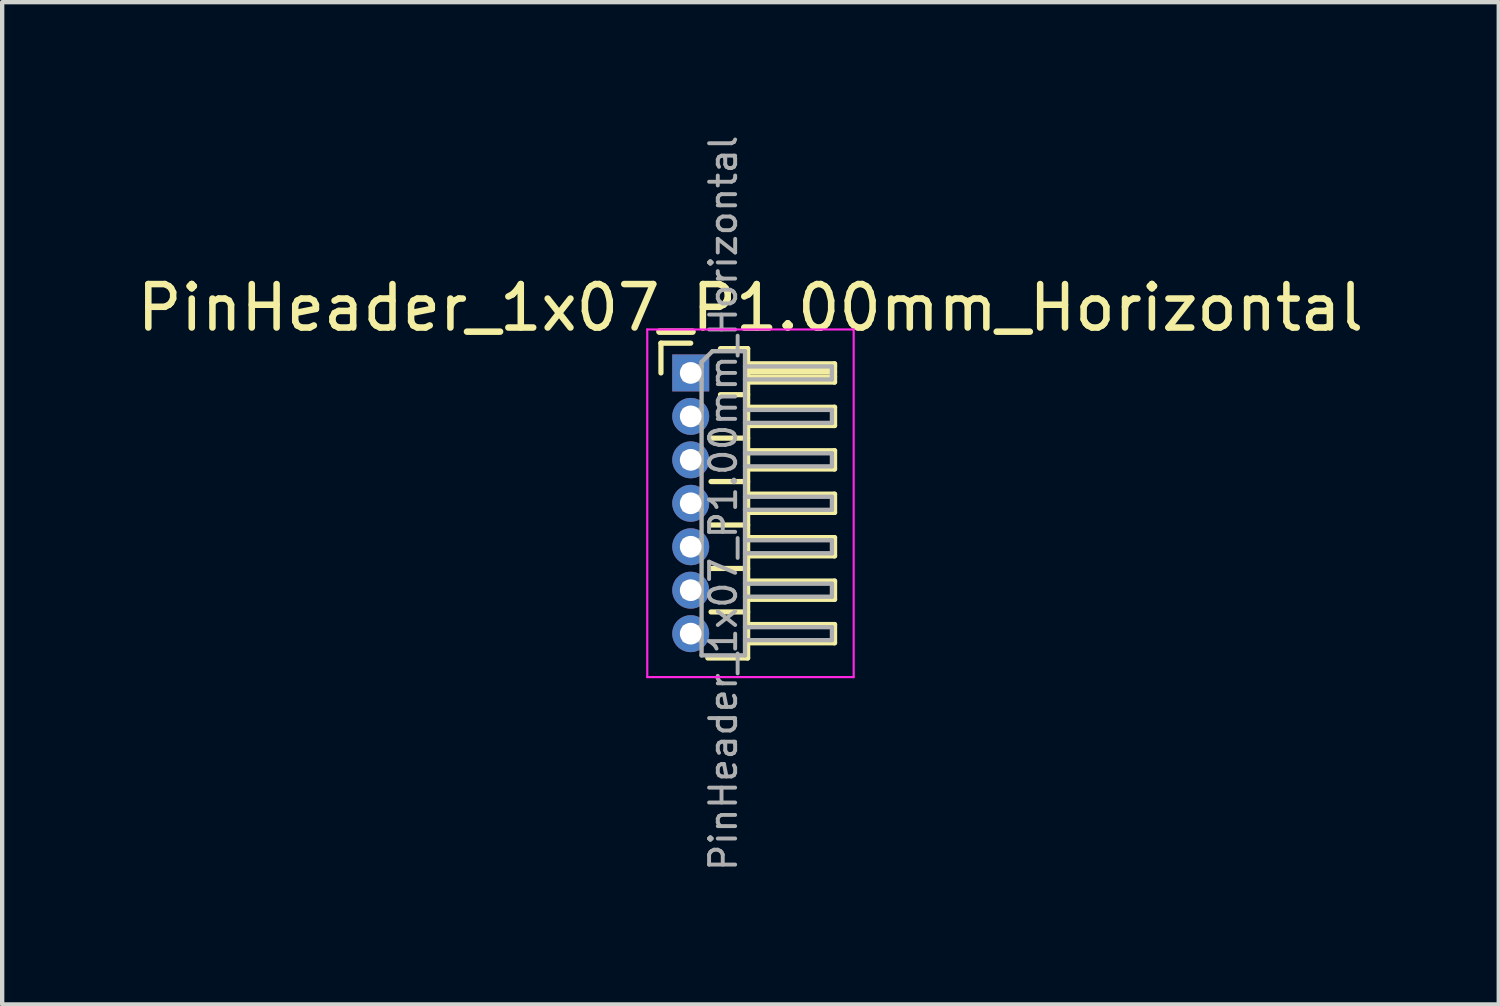
<source format=kicad_pcb>
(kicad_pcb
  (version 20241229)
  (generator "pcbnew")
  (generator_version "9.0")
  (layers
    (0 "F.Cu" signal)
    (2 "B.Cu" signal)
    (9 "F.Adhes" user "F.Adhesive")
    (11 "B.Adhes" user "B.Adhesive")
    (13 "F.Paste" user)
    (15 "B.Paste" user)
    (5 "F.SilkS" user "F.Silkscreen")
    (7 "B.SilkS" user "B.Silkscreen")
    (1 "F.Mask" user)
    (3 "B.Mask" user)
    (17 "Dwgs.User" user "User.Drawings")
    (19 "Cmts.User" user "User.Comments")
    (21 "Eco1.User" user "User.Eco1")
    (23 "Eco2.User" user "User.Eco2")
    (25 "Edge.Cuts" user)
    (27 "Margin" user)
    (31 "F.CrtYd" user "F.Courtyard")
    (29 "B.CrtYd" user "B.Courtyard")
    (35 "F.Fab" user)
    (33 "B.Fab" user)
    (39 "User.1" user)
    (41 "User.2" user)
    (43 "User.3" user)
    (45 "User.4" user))
  (footprint "PinHeader_1x07_P1.00mm_Horizontal"
    (layer "F.Cu")
    (at 12.845 5.532)
    (property "Reference" "PinHeader_1x07_P1.00mm_Horizontal" (at 1.375 -1.5 0) (layer "F.SilkS") (effects (font (size 1 1) (thickness 0.15))))
    (attr through_hole)
    (fp_line (start -0.685 -0.685) (end 0 -0.685) (stroke (width 0.12) (type solid)) (layer "F.SilkS"))
    (fp_line (start -0.685 0) (end -0.685 -0.685) (stroke (width 0.12) (type solid)) (layer "F.SilkS"))
    (fp_line (start 0.468 1.5) (end 1.31 1.5) (stroke (width 0.12) (type solid)) (layer "F.SilkS"))
    (fp_line (start 0.468 2.5) (end 1.31 2.5) (stroke (width 0.12) (type solid)) (layer "F.SilkS"))
    (fp_line (start 0.468 3.5) (end 1.31 3.5) (stroke (width 0.12) (type solid)) (layer "F.SilkS"))
    (fp_line (start 0.468 4.5) (end 1.31 4.5) (stroke (width 0.12) (type solid)) (layer "F.SilkS"))
    (fp_line (start 0.468 5.5) (end 1.31 5.5) (stroke (width 0.12) (type solid)) (layer "F.SilkS"))
    (fp_line (start 0.685 -0.56) (end 1.31 -0.56) (stroke (width 0.12) (type solid)) (layer "F.SilkS"))
    (fp_line (start 0.685 0.5) (end 1.31 0.5) (stroke (width 0.12) (type solid)) (layer "F.SilkS"))
    (fp_line (start 1.31 -0.56) (end 1.31 6.56) (stroke (width 0.12) (type solid)) (layer "F.SilkS"))
    (fp_line (start 1.31 -0.21) (end 3.31 -0.21) (stroke (width 0.12) (type solid)) (layer "F.SilkS"))
    (fp_line (start 1.31 -0.15) (end 3.31 -0.15) (stroke (width 0.12) (type solid)) (layer "F.SilkS"))
    (fp_line (start 1.31 -0.03) (end 3.31 -0.03) (stroke (width 0.12) (type solid)) (layer "F.SilkS"))
    (fp_line (start 1.31 0.09) (end 3.31 0.09) (stroke (width 0.12) (type solid)) (layer "F.SilkS"))
    (fp_line (start 1.31 0.79) (end 3.31 0.79) (stroke (width 0.12) (type solid)) (layer "F.SilkS"))
    (fp_line (start 1.31 1.79) (end 3.31 1.79) (stroke (width 0.12) (type solid)) (layer "F.SilkS"))
    (fp_line (start 1.31 2.79) (end 3.31 2.79) (stroke (width 0.12) (type solid)) (layer "F.SilkS"))
    (fp_line (start 1.31 3.79) (end 3.31 3.79) (stroke (width 0.12) (type solid)) (layer "F.SilkS"))
    (fp_line (start 1.31 4.79) (end 3.31 4.79) (stroke (width 0.12) (type solid)) (layer "F.SilkS"))
    (fp_line (start 1.31 5.79) (end 3.31 5.79) (stroke (width 0.12) (type solid)) (layer "F.SilkS"))
    (fp_line (start 1.31 6.56) (end 0.394 6.56) (stroke (width 0.12) (type solid)) (layer "F.SilkS"))
    (fp_line (start 3.31 -0.21) (end 3.31 0.21) (stroke (width 0.12) (type solid)) (layer "F.SilkS"))
    (fp_line (start 3.31 0.21) (end 1.31 0.21) (stroke (width 0.12) (type solid)) (layer "F.SilkS"))
    (fp_line (start 3.31 0.79) (end 3.31 1.21) (stroke (width 0.12) (type solid)) (layer "F.SilkS"))
    (fp_line (start 3.31 1.21) (end 1.31 1.21) (stroke (width 0.12) (type solid)) (layer "F.SilkS"))
    (fp_line (start 3.31 1.79) (end 3.31 2.21) (stroke (width 0.12) (type solid)) (layer "F.SilkS"))
    (fp_line (start 3.31 2.21) (end 1.31 2.21) (stroke (width 0.12) (type solid)) (layer "F.SilkS"))
    (fp_line (start 3.31 2.79) (end 3.31 3.21) (stroke (width 0.12) (type solid)) (layer "F.SilkS"))
    (fp_line (start 3.31 3.21) (end 1.31 3.21) (stroke (width 0.12) (type solid)) (layer "F.SilkS"))
    (fp_line (start 3.31 3.79) (end 3.31 4.21) (stroke (width 0.12) (type solid)) (layer "F.SilkS"))
    (fp_line (start 3.31 4.21) (end 1.31 4.21) (stroke (width 0.12) (type solid)) (layer "F.SilkS"))
    (fp_line (start 3.31 4.79) (end 3.31 5.21) (stroke (width 0.12) (type solid)) (layer "F.SilkS"))
    (fp_line (start 3.31 5.21) (end 1.31 5.21) (stroke (width 0.12) (type solid)) (layer "F.SilkS"))
    (fp_line (start 3.31 5.79) (end 3.31 6.21) (stroke (width 0.12) (type solid)) (layer "F.SilkS"))
    (fp_line (start 3.31 6.21) (end 1.31 6.21) (stroke (width 0.12) (type solid)) (layer "F.SilkS"))
    (fp_line (start -1 -1) (end -1 7) (stroke (width 0.05) (type solid)) (layer "F.CrtYd"))
    (fp_line (start -1 7) (end 3.75 7) (stroke (width 0.05) (type solid)) (layer "F.CrtYd"))
    (fp_line (start 3.75 -1) (end -1 -1) (stroke (width 0.05) (type solid)) (layer "F.CrtYd"))
    (fp_line (start 3.75 7) (end 3.75 -1) (stroke (width 0.05) (type solid)) (layer "F.CrtYd"))
    (fp_line (start -0.15 -0.15) (end -0.15 0.15) (stroke (width 0.1) (type solid)) (layer "F.Fab"))
    (fp_line (start -0.15 -0.15) (end 0.25 -0.15) (stroke (width 0.1) (type solid)) (layer "F.Fab"))
    (fp_line (start -0.15 0.15) (end 0.25 0.15) (stroke (width 0.1) (type solid)) (layer "F.Fab"))
    (fp_line (start -0.15 0.85) (end -0.15 1.15) (stroke (width 0.1) (type solid)) (layer "F.Fab"))
    (fp_line (start -0.15 0.85) (end 0.25 0.85) (stroke (width 0.1) (type solid)) (layer "F.Fab"))
    (fp_line (start -0.15 1.15) (end 0.25 1.15) (stroke (width 0.1) (type solid)) (layer "F.Fab"))
    (fp_line (start -0.15 1.85) (end -0.15 2.15) (stroke (width 0.1) (type solid)) (layer "F.Fab"))
    (fp_line (start -0.15 1.85) (end 0.25 1.85) (stroke (width 0.1) (type solid)) (layer "F.Fab"))
    (fp_line (start -0.15 2.15) (end 0.25 2.15) (stroke (width 0.1) (type solid)) (layer "F.Fab"))
    (fp_line (start -0.15 2.85) (end -0.15 3.15) (stroke (width 0.1) (type solid)) (layer "F.Fab"))
    (fp_line (start -0.15 2.85) (end 0.25 2.85) (stroke (width 0.1) (type solid)) (layer "F.Fab"))
    (fp_line (start -0.15 3.15) (end 0.25 3.15) (stroke (width 0.1) (type solid)) (layer "F.Fab"))
    (fp_line (start -0.15 3.85) (end -0.15 4.15) (stroke (width 0.1) (type solid)) (layer "F.Fab"))
    (fp_line (start -0.15 3.85) (end 0.25 3.85) (stroke (width 0.1) (type solid)) (layer "F.Fab"))
    (fp_line (start -0.15 4.15) (end 0.25 4.15) (stroke (width 0.1) (type solid)) (layer "F.Fab"))
    (fp_line (start -0.15 4.85) (end -0.15 5.15) (stroke (width 0.1) (type solid)) (layer "F.Fab"))
    (fp_line (start -0.15 4.85) (end 0.25 4.85) (stroke (width 0.1) (type solid)) (layer "F.Fab"))
    (fp_line (start -0.15 5.15) (end 0.25 5.15) (stroke (width 0.1) (type solid)) (layer "F.Fab"))
    (fp_line (start -0.15 5.85) (end -0.15 6.15) (stroke (width 0.1) (type solid)) (layer "F.Fab"))
    (fp_line (start -0.15 5.85) (end 0.25 5.85) (stroke (width 0.1) (type solid)) (layer "F.Fab"))
    (fp_line (start -0.15 6.15) (end 0.25 6.15) (stroke (width 0.1) (type solid)) (layer "F.Fab"))
    (fp_line (start 0.25 -0.25) (end 0.5 -0.5) (stroke (width 0.1) (type solid)) (layer "F.Fab"))
    (fp_line (start 0.25 6.5) (end 0.25 -0.25) (stroke (width 0.1) (type solid)) (layer "F.Fab"))
    (fp_line (start 0.5 -0.5) (end 1.25 -0.5) (stroke (width 0.1) (type solid)) (layer "F.Fab"))
    (fp_line (start 1.25 -0.5) (end 1.25 6.5) (stroke (width 0.1) (type solid)) (layer "F.Fab"))
    (fp_line (start 1.25 -0.15) (end 3.25 -0.15) (stroke (width 0.1) (type solid)) (layer "F.Fab"))
    (fp_line (start 1.25 0.15) (end 3.25 0.15) (stroke (width 0.1) (type solid)) (layer "F.Fab"))
    (fp_line (start 1.25 0.85) (end 3.25 0.85) (stroke (width 0.1) (type solid)) (layer "F.Fab"))
    (fp_line (start 1.25 1.15) (end 3.25 1.15) (stroke (width 0.1) (type solid)) (layer "F.Fab"))
    (fp_line (start 1.25 1.85) (end 3.25 1.85) (stroke (width 0.1) (type solid)) (layer "F.Fab"))
    (fp_line (start 1.25 2.15) (end 3.25 2.15) (stroke (width 0.1) (type solid)) (layer "F.Fab"))
    (fp_line (start 1.25 2.85) (end 3.25 2.85) (stroke (width 0.1) (type solid)) (layer "F.Fab"))
    (fp_line (start 1.25 3.15) (end 3.25 3.15) (stroke (width 0.1) (type solid)) (layer "F.Fab"))
    (fp_line (start 1.25 3.85) (end 3.25 3.85) (stroke (width 0.1) (type solid)) (layer "F.Fab"))
    (fp_line (start 1.25 4.15) (end 3.25 4.15) (stroke (width 0.1) (type solid)) (layer "F.Fab"))
    (fp_line (start 1.25 4.85) (end 3.25 4.85) (stroke (width 0.1) (type solid)) (layer "F.Fab"))
    (fp_line (start 1.25 5.15) (end 3.25 5.15) (stroke (width 0.1) (type solid)) (layer "F.Fab"))
    (fp_line (start 1.25 5.85) (end 3.25 5.85) (stroke (width 0.1) (type solid)) (layer "F.Fab"))
    (fp_line (start 1.25 6.15) (end 3.25 6.15) (stroke (width 0.1) (type solid)) (layer "F.Fab"))
    (fp_line (start 1.25 6.5) (end 0.25 6.5) (stroke (width 0.1) (type solid)) (layer "F.Fab"))
    (fp_line (start 3.25 -0.15) (end 3.25 0.15) (stroke (width 0.1) (type solid)) (layer "F.Fab"))
    (fp_line (start 3.25 0.85) (end 3.25 1.15) (stroke (width 0.1) (type solid)) (layer "F.Fab"))
    (fp_line (start 3.25 1.85) (end 3.25 2.15) (stroke (width 0.1) (type solid)) (layer "F.Fab"))
    (fp_line (start 3.25 2.85) (end 3.25 3.15) (stroke (width 0.1) (type solid)) (layer "F.Fab"))
    (fp_line (start 3.25 3.85) (end 3.25 4.15) (stroke (width 0.1) (type solid)) (layer "F.Fab"))
    (fp_line (start 3.25 4.85) (end 3.25 5.15) (stroke (width 0.1) (type solid)) (layer "F.Fab"))
    (fp_line (start 3.25 5.85) (end 3.25 6.15) (stroke (width 0.1) (type solid)) (layer "F.Fab"))
    (fp_text user "${REFERENCE}" (at 0.75 3 90) (layer "F.Fab") (effects (font (size 0.6 0.6) (thickness 0.09))))
    (pad "1" thru_hole rect (at 0 0) (size 0.85 0.85) (drill 0.5) (layers "*.Cu" "*.Mask"))
    (pad "2" thru_hole oval (at 0 1) (size 0.85 0.85) (drill 0.5) (layers "*.Cu" "*.Mask"))
    (pad "3" thru_hole oval (at 0 2) (size 0.85 0.85) (drill 0.5) (layers "*.Cu" "*.Mask"))
    (pad "4" thru_hole oval (at 0 3) (size 0.85 0.85) (drill 0.5) (layers "*.Cu" "*.Mask"))
    (pad "5" thru_hole oval (at 0 4) (size 0.85 0.85) (drill 0.5) (layers "*.Cu" "*.Mask"))
    (pad "6" thru_hole oval (at 0 5) (size 0.85 0.85) (drill 0.5) (layers "*.Cu" "*.Mask"))
    (pad "7" thru_hole oval (at 0 6) (size 0.85 0.85) (drill 0.5) (layers "*.Cu" "*.Mask")))
  (gr_rect
    (start -3 -3)
    (end 31.44 20.064)
    (stroke (width 0.1) (type default))
    (fill no)
    (layer "Edge.Cuts")))
</source>
